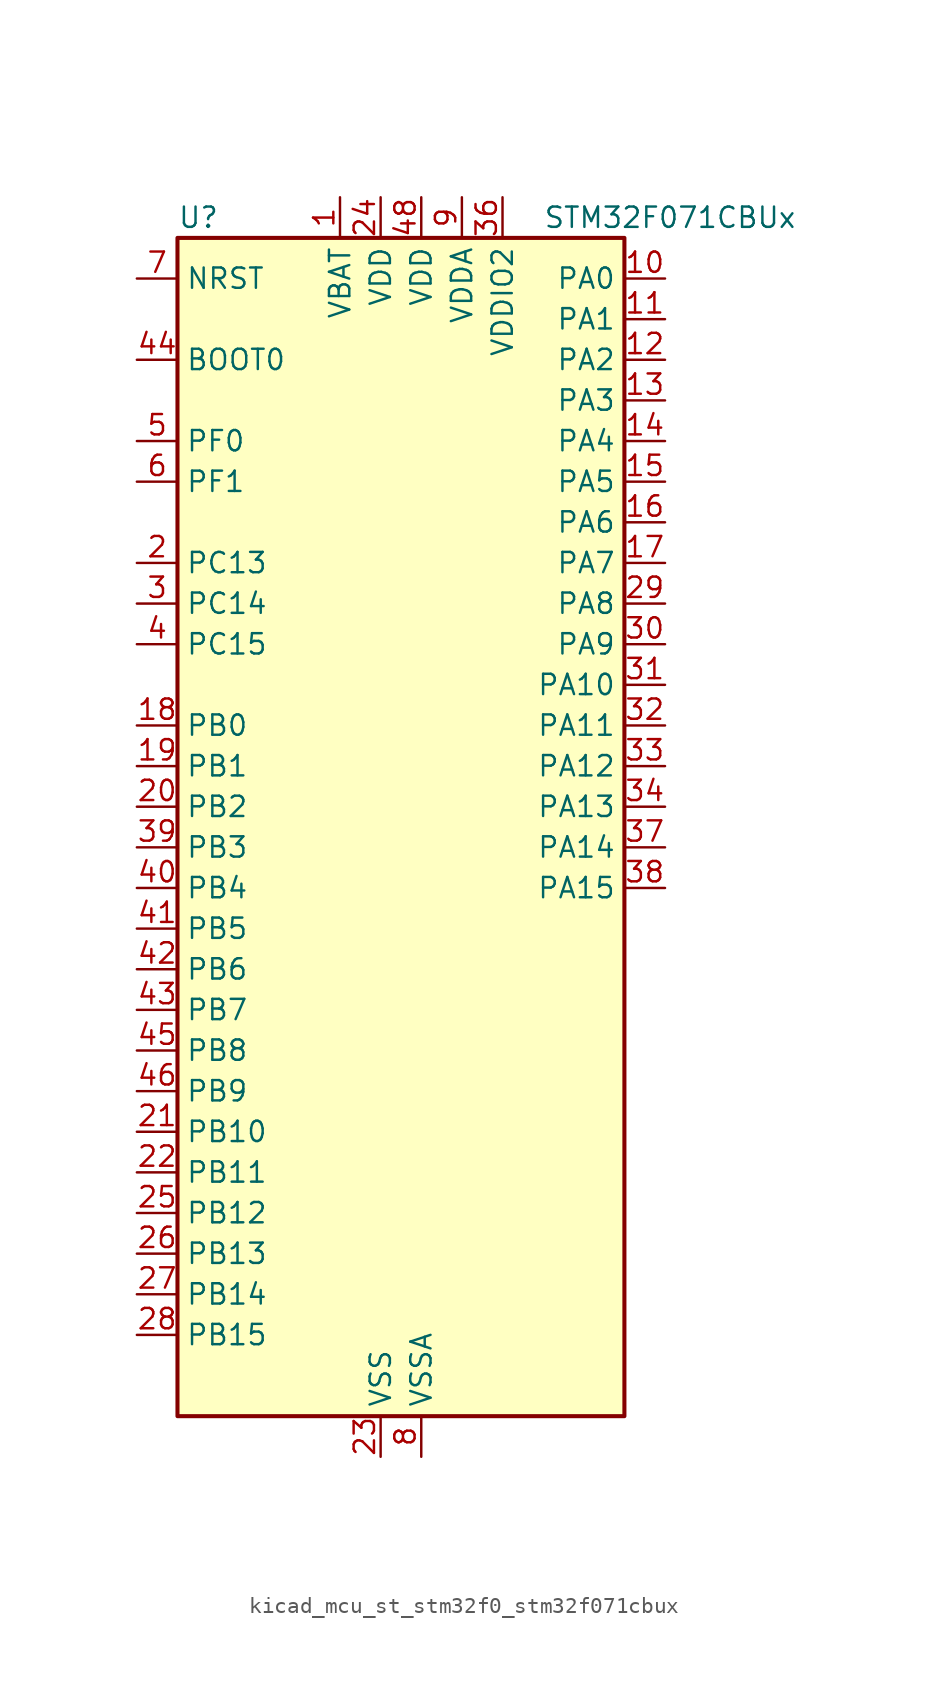
<source format=kicad_sym>
(kicad_symbol_lib
  (version 20220914)
  (generator kicad_symbol_editor)
  (symbol "kicad_mcu_st_stm32f0_stm32f071cbux"
    (property "Reference" "U"
      (at -12.7 39.37 0)
      (effects (font (size 1.27 1.27)) (justify left)))
    (property "Value" "STM32F071CBUx"
      (at 10.16 39.37 0)
      (effects (font (size 1.27 1.27)) (justify left)))
    (property "ki_locked" ""
      (at 0 0 0)
      (effects (font (size 1.27 1.27))))
    (symbol "kicad_mcu_st_stm32f0_stm32f071cbux_0_1"
      (rectangle (start -12.7 -35.56) (end 15.24 38.1) (stroke (width 0.254) (type default)) (fill (type background))))
    (symbol "kicad_mcu_st_stm32f0_stm32f071cbux_1_1"
      (pin power_in line (at -2.54 40.64 270) (length 2.54) (name "VBAT" (effects (font (size 1.27 1.27)))) (number "1" (effects (font (size 1.27 1.27)))))
      (pin bidirectional line (at 17.78 35.56 180) (length 2.54) (name "PA0" (effects (font (size 1.27 1.27)))) (number "10" (effects (font (size 1.27 1.27)))) (alternate "ADC_IN0" bidirectional line) (alternate "COMP1_INM" bidirectional line) (alternate "COMP1_OUT" bidirectional line) (alternate "RTC_TAMP2" bidirectional line) (alternate "SYS_WKUP1" bidirectional line) (alternate "TIM2_CH1" bidirectional line) (alternate "TIM2_ETR" bidirectional line) (alternate "TSC_G1_IO1" bidirectional line) (alternate "USART2_CTS" bidirectional line) (alternate "USART4_TX" bidirectional line))
      (pin bidirectional line (at 17.78 33.02 180) (length 2.54) (name "PA1" (effects (font (size 1.27 1.27)))) (number "11" (effects (font (size 1.27 1.27)))) (alternate "ADC_IN1" bidirectional line) (alternate "COMP1_INP" bidirectional line) (alternate "TIM15_CH1N" bidirectional line) (alternate "TIM2_CH2" bidirectional line) (alternate "TSC_G1_IO2" bidirectional line) (alternate "USART2_DE" bidirectional line) (alternate "USART2_RTS" bidirectional line) (alternate "USART4_RX" bidirectional line))
      (pin bidirectional line (at 17.78 30.48 180) (length 2.54) (name "PA2" (effects (font (size 1.27 1.27)))) (number "12" (effects (font (size 1.27 1.27)))) (alternate "ADC_IN2" bidirectional line) (alternate "COMP2_INM" bidirectional line) (alternate "COMP2_OUT" bidirectional line) (alternate "SYS_WKUP4" bidirectional line) (alternate "TIM15_CH1" bidirectional line) (alternate "TIM2_CH3" bidirectional line) (alternate "TSC_G1_IO3" bidirectional line) (alternate "USART2_TX" bidirectional line))
      (pin bidirectional line (at 17.78 27.94 180) (length 2.54) (name "PA3" (effects (font (size 1.27 1.27)))) (number "13" (effects (font (size 1.27 1.27)))) (alternate "ADC_IN3" bidirectional line) (alternate "COMP2_INP" bidirectional line) (alternate "TIM15_CH2" bidirectional line) (alternate "TIM2_CH4" bidirectional line) (alternate "TSC_G1_IO4" bidirectional line) (alternate "USART2_RX" bidirectional line))
      (pin bidirectional line (at 17.78 25.4 180) (length 2.54) (name "PA4" (effects (font (size 1.27 1.27)))) (number "14" (effects (font (size 1.27 1.27)))) (alternate "ADC_IN4" bidirectional line) (alternate "COMP1_INM" bidirectional line) (alternate "COMP2_INM" bidirectional line) (alternate "DAC_OUT1" bidirectional line) (alternate "I2S1_WS" bidirectional line) (alternate "SPI1_NSS" bidirectional line) (alternate "TIM14_CH1" bidirectional line) (alternate "TSC_G2_IO1" bidirectional line) (alternate "USART2_CK" bidirectional line))
      (pin bidirectional line (at 17.78 22.86 180) (length 2.54) (name "PA5" (effects (font (size 1.27 1.27)))) (number "15" (effects (font (size 1.27 1.27)))) (alternate "ADC_IN5" bidirectional line) (alternate "CEC" bidirectional line) (alternate "COMP1_INM" bidirectional line) (alternate "COMP2_INM" bidirectional line) (alternate "DAC_OUT2" bidirectional line) (alternate "I2S1_CK" bidirectional line) (alternate "SPI1_SCK" bidirectional line) (alternate "TIM2_CH1" bidirectional line) (alternate "TIM2_ETR" bidirectional line) (alternate "TSC_G2_IO2" bidirectional line))
      (pin bidirectional line (at 17.78 20.32 180) (length 2.54) (name "PA6" (effects (font (size 1.27 1.27)))) (number "16" (effects (font (size 1.27 1.27)))) (alternate "ADC_IN6" bidirectional line) (alternate "COMP1_OUT" bidirectional line) (alternate "I2S1_MCK" bidirectional line) (alternate "SPI1_MISO" bidirectional line) (alternate "TIM16_CH1" bidirectional line) (alternate "TIM1_BKIN" bidirectional line) (alternate "TIM3_CH1" bidirectional line) (alternate "TSC_G2_IO3" bidirectional line) (alternate "USART3_CTS" bidirectional line))
      (pin bidirectional line (at 17.78 17.78 180) (length 2.54) (name "PA7" (effects (font (size 1.27 1.27)))) (number "17" (effects (font (size 1.27 1.27)))) (alternate "ADC_IN7" bidirectional line) (alternate "COMP2_OUT" bidirectional line) (alternate "I2S1_SD" bidirectional line) (alternate "SPI1_MOSI" bidirectional line) (alternate "TIM14_CH1" bidirectional line) (alternate "TIM17_CH1" bidirectional line) (alternate "TIM1_CH1N" bidirectional line) (alternate "TIM3_CH2" bidirectional line) (alternate "TSC_G2_IO4" bidirectional line))
      (pin bidirectional line (at -15.24 7.62 0) (length 2.54) (name "PB0" (effects (font (size 1.27 1.27)))) (number "18" (effects (font (size 1.27 1.27)))) (alternate "ADC_IN8" bidirectional line) (alternate "TIM1_CH2N" bidirectional line) (alternate "TIM3_CH3" bidirectional line) (alternate "TSC_G3_IO2" bidirectional line) (alternate "USART3_CK" bidirectional line))
      (pin bidirectional line (at -15.24 5.08 0) (length 2.54) (name "PB1" (effects (font (size 1.27 1.27)))) (number "19" (effects (font (size 1.27 1.27)))) (alternate "ADC_IN9" bidirectional line) (alternate "TIM14_CH1" bidirectional line) (alternate "TIM1_CH3N" bidirectional line) (alternate "TIM3_CH4" bidirectional line) (alternate "TSC_G3_IO3" bidirectional line) (alternate "USART3_DE" bidirectional line) (alternate "USART3_RTS" bidirectional line))
      (pin bidirectional line (at -15.24 17.78 0) (length 2.54) (name "PC13" (effects (font (size 1.27 1.27)))) (number "2" (effects (font (size 1.27 1.27)))) (alternate "RTC_OUT_ALARM" bidirectional line) (alternate "RTC_OUT_CALIB" bidirectional line) (alternate "RTC_TAMP1" bidirectional line) (alternate "RTC_TS" bidirectional line) (alternate "SYS_WKUP2" bidirectional line))
      (pin bidirectional line (at -15.24 2.54 0) (length 2.54) (name "PB2" (effects (font (size 1.27 1.27)))) (number "20" (effects (font (size 1.27 1.27)))) (alternate "TSC_G3_IO4" bidirectional line))
      (pin bidirectional line (at -15.24 -17.78 0) (length 2.54) (name "PB10" (effects (font (size 1.27 1.27)))) (number "21" (effects (font (size 1.27 1.27)))) (alternate "CEC" bidirectional line) (alternate "I2C2_SCL" bidirectional line) (alternate "I2S2_CK" bidirectional line) (alternate "SPI2_SCK" bidirectional line) (alternate "TIM2_CH3" bidirectional line) (alternate "TSC_SYNC" bidirectional line) (alternate "USART3_TX" bidirectional line))
      (pin bidirectional line (at -15.24 -20.32 0) (length 2.54) (name "PB11" (effects (font (size 1.27 1.27)))) (number "22" (effects (font (size 1.27 1.27)))) (alternate "I2C2_SDA" bidirectional line) (alternate "TIM2_CH4" bidirectional line) (alternate "TSC_G6_IO1" bidirectional line) (alternate "USART3_RX" bidirectional line))
      (pin power_in line (at 0 -38.1 90) (length 2.54) (name "VSS" (effects (font (size 1.27 1.27)))) (number "23" (effects (font (size 1.27 1.27)))))
      (pin power_in line (at 0 40.64 270) (length 2.54) (name "VDD" (effects (font (size 1.27 1.27)))) (number "24" (effects (font (size 1.27 1.27)))))
      (pin bidirectional line (at -15.24 -22.86 0) (length 2.54) (name "PB12" (effects (font (size 1.27 1.27)))) (number "25" (effects (font (size 1.27 1.27)))) (alternate "I2S2_WS" bidirectional line) (alternate "SPI2_NSS" bidirectional line) (alternate "TIM15_BKIN" bidirectional line) (alternate "TIM1_BKIN" bidirectional line) (alternate "TSC_G6_IO2" bidirectional line) (alternate "USART3_CK" bidirectional line))
      (pin bidirectional line (at -15.24 -25.4 0) (length 2.54) (name "PB13" (effects (font (size 1.27 1.27)))) (number "26" (effects (font (size 1.27 1.27)))) (alternate "I2C2_SCL" bidirectional line) (alternate "I2S2_CK" bidirectional line) (alternate "SPI2_SCK" bidirectional line) (alternate "TIM1_CH1N" bidirectional line) (alternate "TSC_G6_IO3" bidirectional line) (alternate "USART3_CTS" bidirectional line))
      (pin bidirectional line (at -15.24 -27.94 0) (length 2.54) (name "PB14" (effects (font (size 1.27 1.27)))) (number "27" (effects (font (size 1.27 1.27)))) (alternate "I2C2_SDA" bidirectional line) (alternate "I2S2_MCK" bidirectional line) (alternate "SPI2_MISO" bidirectional line) (alternate "TIM15_CH1" bidirectional line) (alternate "TIM1_CH2N" bidirectional line) (alternate "TSC_G6_IO4" bidirectional line) (alternate "USART3_DE" bidirectional line) (alternate "USART3_RTS" bidirectional line))
      (pin bidirectional line (at -15.24 -30.48 0) (length 2.54) (name "PB15" (effects (font (size 1.27 1.27)))) (number "28" (effects (font (size 1.27 1.27)))) (alternate "I2S2_SD" bidirectional line) (alternate "RTC_REFIN" bidirectional line) (alternate "SPI2_MOSI" bidirectional line) (alternate "SYS_WKUP7" bidirectional line) (alternate "TIM15_CH1N" bidirectional line) (alternate "TIM15_CH2" bidirectional line) (alternate "TIM1_CH3N" bidirectional line))
      (pin bidirectional line (at 17.78 15.24 180) (length 2.54) (name "PA8" (effects (font (size 1.27 1.27)))) (number "29" (effects (font (size 1.27 1.27)))) (alternate "CRS_SYNC" bidirectional line) (alternate "RCC_MCO" bidirectional line) (alternate "TIM1_CH1" bidirectional line) (alternate "USART1_CK" bidirectional line))
      (pin bidirectional line (at -15.24 15.24 0) (length 2.54) (name "PC14" (effects (font (size 1.27 1.27)))) (number "3" (effects (font (size 1.27 1.27)))) (alternate "RCC_OSC32_IN" bidirectional line))
      (pin bidirectional line (at 17.78 12.7 180) (length 2.54) (name "PA9" (effects (font (size 1.27 1.27)))) (number "30" (effects (font (size 1.27 1.27)))) (alternate "DAC_EXTI9" bidirectional line) (alternate "TIM15_BKIN" bidirectional line) (alternate "TIM1_CH2" bidirectional line) (alternate "TSC_G4_IO1" bidirectional line) (alternate "USART1_TX" bidirectional line))
      (pin bidirectional line (at 17.78 10.16 180) (length 2.54) (name "PA10" (effects (font (size 1.27 1.27)))) (number "31" (effects (font (size 1.27 1.27)))) (alternate "TIM17_BKIN" bidirectional line) (alternate "TIM1_CH3" bidirectional line) (alternate "TSC_G4_IO2" bidirectional line) (alternate "USART1_RX" bidirectional line))
      (pin bidirectional line (at 17.78 7.62 180) (length 2.54) (name "PA11" (effects (font (size 1.27 1.27)))) (number "32" (effects (font (size 1.27 1.27)))) (alternate "COMP1_OUT" bidirectional line) (alternate "TIM1_CH4" bidirectional line) (alternate "TSC_G4_IO3" bidirectional line) (alternate "USART1_CTS" bidirectional line))
      (pin bidirectional line (at 17.78 5.08 180) (length 2.54) (name "PA12" (effects (font (size 1.27 1.27)))) (number "33" (effects (font (size 1.27 1.27)))) (alternate "COMP2_OUT" bidirectional line) (alternate "TIM1_ETR" bidirectional line) (alternate "TSC_G4_IO4" bidirectional line) (alternate "USART1_DE" bidirectional line) (alternate "USART1_RTS" bidirectional line))
      (pin bidirectional line (at 17.78 2.54 180) (length 2.54) (name "PA13" (effects (font (size 1.27 1.27)))) (number "34" (effects (font (size 1.27 1.27)))) (alternate "IR_OUT" bidirectional line) (alternate "SYS_SWDIO" bidirectional line))
      (pin passive line (at 0 -38.1 90) (length 2.54) hide (name "VSS" (effects (font (size 1.27 1.27)))) (number "35" (effects (font (size 1.27 1.27)))))
      (pin power_in line (at 7.62 40.64 270) (length 2.54) (name "VDDIO2" (effects (font (size 1.27 1.27)))) (number "36" (effects (font (size 1.27 1.27)))))
      (pin bidirectional line (at 17.78 0 180) (length 2.54) (name "PA14" (effects (font (size 1.27 1.27)))) (number "37" (effects (font (size 1.27 1.27)))) (alternate "SYS_SWCLK" bidirectional line) (alternate "USART2_TX" bidirectional line))
      (pin bidirectional line (at 17.78 -2.54 180) (length 2.54) (name "PA15" (effects (font (size 1.27 1.27)))) (number "38" (effects (font (size 1.27 1.27)))) (alternate "I2S1_WS" bidirectional line) (alternate "SPI1_NSS" bidirectional line) (alternate "TIM2_CH1" bidirectional line) (alternate "TIM2_ETR" bidirectional line) (alternate "USART2_RX" bidirectional line) (alternate "USART4_DE" bidirectional line) (alternate "USART4_RTS" bidirectional line))
      (pin bidirectional line (at -15.24 0 0) (length 2.54) (name "PB3" (effects (font (size 1.27 1.27)))) (number "39" (effects (font (size 1.27 1.27)))) (alternate "I2S1_CK" bidirectional line) (alternate "SPI1_SCK" bidirectional line) (alternate "TIM2_CH2" bidirectional line) (alternate "TSC_G5_IO1" bidirectional line))
      (pin bidirectional line (at -15.24 12.7 0) (length 2.54) (name "PC15" (effects (font (size 1.27 1.27)))) (number "4" (effects (font (size 1.27 1.27)))) (alternate "RCC_OSC32_OUT" bidirectional line))
      (pin bidirectional line (at -15.24 -2.54 0) (length 2.54) (name "PB4" (effects (font (size 1.27 1.27)))) (number "40" (effects (font (size 1.27 1.27)))) (alternate "I2S1_MCK" bidirectional line) (alternate "SPI1_MISO" bidirectional line) (alternate "TIM17_BKIN" bidirectional line) (alternate "TIM3_CH1" bidirectional line) (alternate "TSC_G5_IO2" bidirectional line))
      (pin bidirectional line (at -15.24 -5.08 0) (length 2.54) (name "PB5" (effects (font (size 1.27 1.27)))) (number "41" (effects (font (size 1.27 1.27)))) (alternate "I2C1_SMBA" bidirectional line) (alternate "I2S1_SD" bidirectional line) (alternate "SPI1_MOSI" bidirectional line) (alternate "SYS_WKUP6" bidirectional line) (alternate "TIM16_BKIN" bidirectional line) (alternate "TIM3_CH2" bidirectional line))
      (pin bidirectional line (at -15.24 -7.62 0) (length 2.54) (name "PB6" (effects (font (size 1.27 1.27)))) (number "42" (effects (font (size 1.27 1.27)))) (alternate "I2C1_SCL" bidirectional line) (alternate "TIM16_CH1N" bidirectional line) (alternate "TSC_G5_IO3" bidirectional line) (alternate "USART1_TX" bidirectional line))
      (pin bidirectional line (at -15.24 -10.16 0) (length 2.54) (name "PB7" (effects (font (size 1.27 1.27)))) (number "43" (effects (font (size 1.27 1.27)))) (alternate "I2C1_SDA" bidirectional line) (alternate "TIM17_CH1N" bidirectional line) (alternate "TSC_G5_IO4" bidirectional line) (alternate "USART1_RX" bidirectional line) (alternate "USART4_CTS" bidirectional line))
      (pin input line (at -15.24 30.48 0) (length 2.54) (name "BOOT0" (effects (font (size 1.27 1.27)))) (number "44" (effects (font (size 1.27 1.27)))))
      (pin bidirectional line (at -15.24 -12.7 0) (length 2.54) (name "PB8" (effects (font (size 1.27 1.27)))) (number "45" (effects (font (size 1.27 1.27)))) (alternate "CEC" bidirectional line) (alternate "I2C1_SCL" bidirectional line) (alternate "TIM16_CH1" bidirectional line) (alternate "TSC_SYNC" bidirectional line))
      (pin bidirectional line (at -15.24 -15.24 0) (length 2.54) (name "PB9" (effects (font (size 1.27 1.27)))) (number "46" (effects (font (size 1.27 1.27)))) (alternate "DAC_EXTI9" bidirectional line) (alternate "I2C1_SDA" bidirectional line) (alternate "I2S2_WS" bidirectional line) (alternate "IR_OUT" bidirectional line) (alternate "SPI2_NSS" bidirectional line) (alternate "TIM17_CH1" bidirectional line))
      (pin passive line (at 0 -38.1 90) (length 2.54) hide (name "VSS" (effects (font (size 1.27 1.27)))) (number "47" (effects (font (size 1.27 1.27)))))
      (pin power_in line (at 2.54 40.64 270) (length 2.54) (name "VDD" (effects (font (size 1.27 1.27)))) (number "48" (effects (font (size 1.27 1.27)))))
      (pin passive line (at 0 -38.1 90) (length 2.54) hide (name "VSS" (effects (font (size 1.27 1.27)))) (number "49" (effects (font (size 1.27 1.27)))))
      (pin bidirectional line (at -15.24 25.4 0) (length 2.54) (name "PF0" (effects (font (size 1.27 1.27)))) (number "5" (effects (font (size 1.27 1.27)))) (alternate "CRS_SYNC" bidirectional line) (alternate "RCC_OSC_IN" bidirectional line))
      (pin bidirectional line (at -15.24 22.86 0) (length 2.54) (name "PF1" (effects (font (size 1.27 1.27)))) (number "6" (effects (font (size 1.27 1.27)))) (alternate "RCC_OSC_OUT" bidirectional line))
      (pin input line (at -15.24 35.56 0) (length 2.54) (name "NRST" (effects (font (size 1.27 1.27)))) (number "7" (effects (font (size 1.27 1.27)))))
      (pin power_in line (at 2.54 -38.1 90) (length 2.54) (name "VSSA" (effects (font (size 1.27 1.27)))) (number "8" (effects (font (size 1.27 1.27)))))
      (pin power_in line (at 5.08 40.64 270) (length 2.54) (name "VDDA" (effects (font (size 1.27 1.27)))) (number "9" (effects (font (size 1.27 1.27))))))))
</source>
